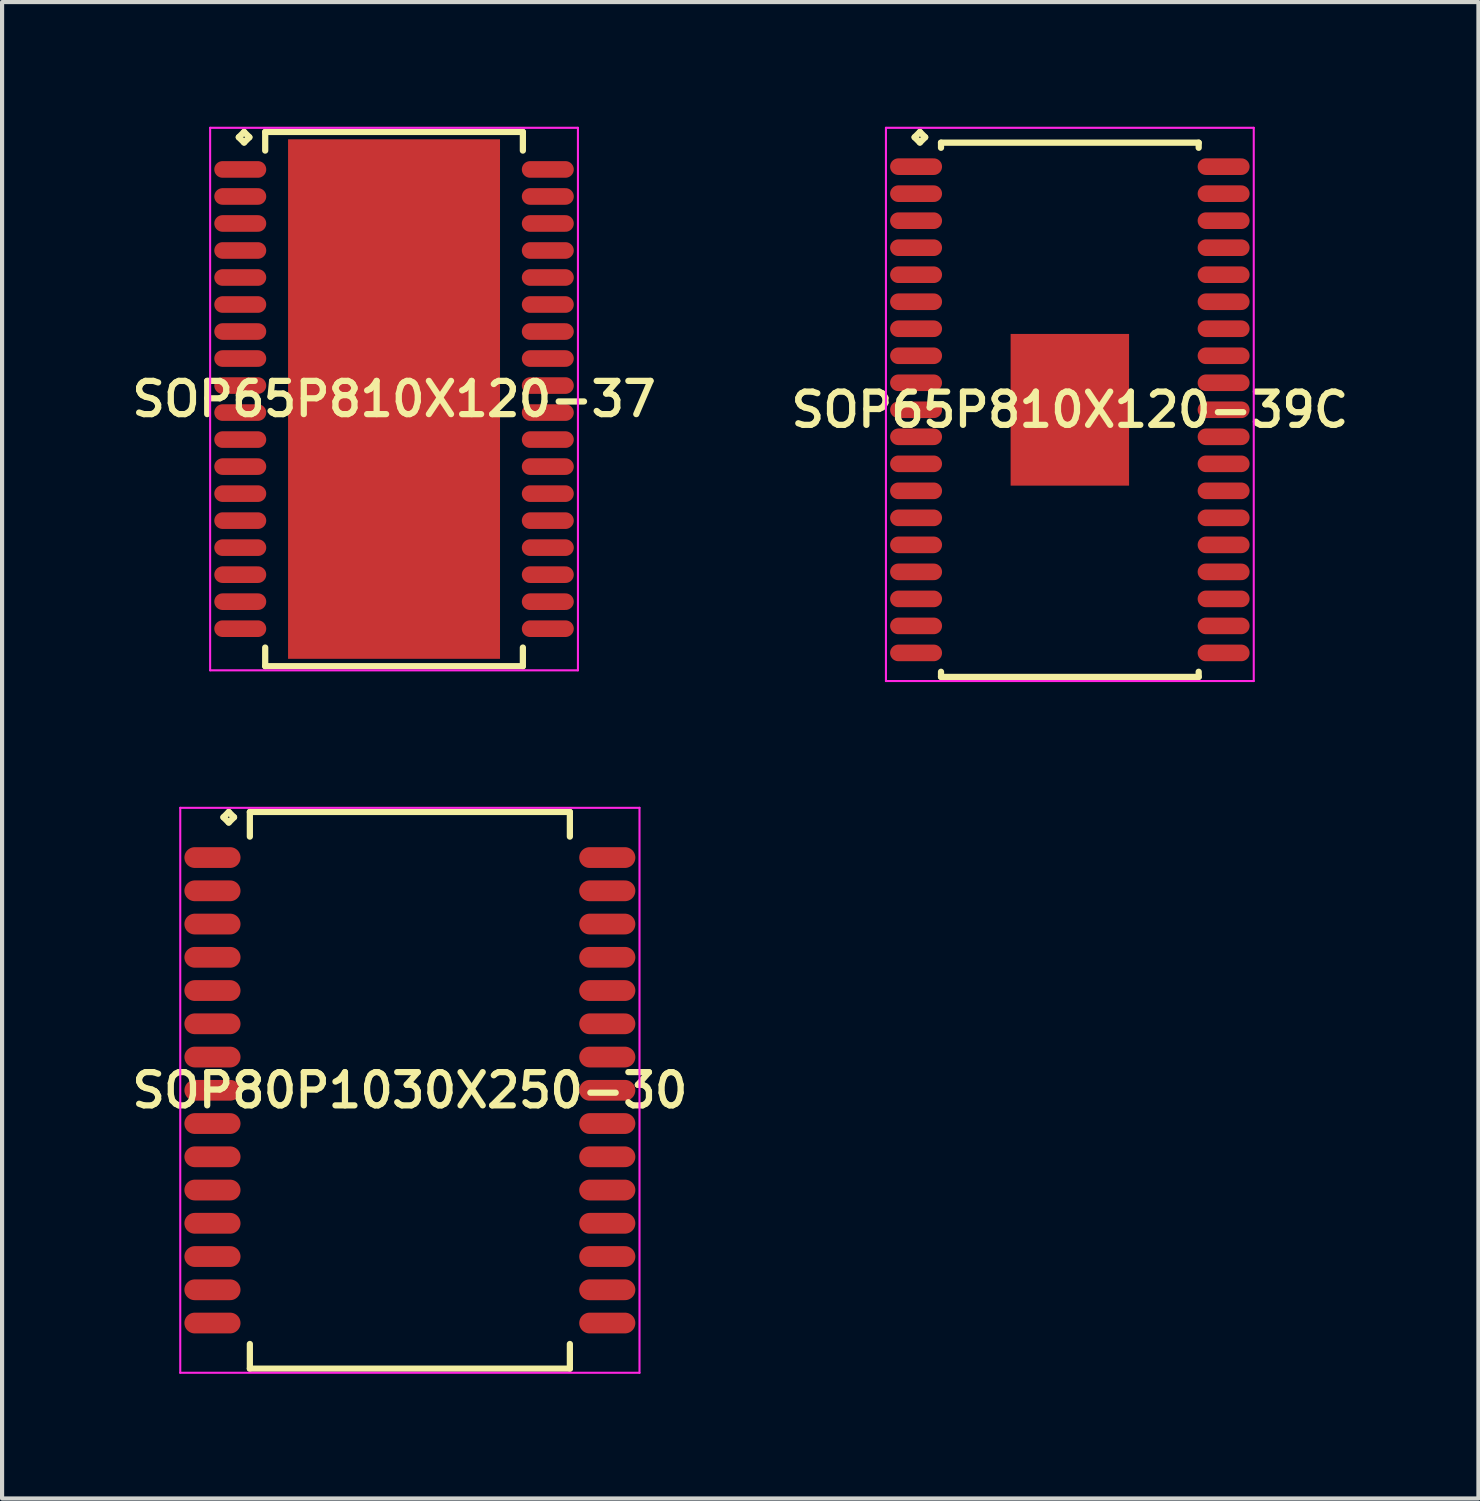
<source format=kicad_pcb>
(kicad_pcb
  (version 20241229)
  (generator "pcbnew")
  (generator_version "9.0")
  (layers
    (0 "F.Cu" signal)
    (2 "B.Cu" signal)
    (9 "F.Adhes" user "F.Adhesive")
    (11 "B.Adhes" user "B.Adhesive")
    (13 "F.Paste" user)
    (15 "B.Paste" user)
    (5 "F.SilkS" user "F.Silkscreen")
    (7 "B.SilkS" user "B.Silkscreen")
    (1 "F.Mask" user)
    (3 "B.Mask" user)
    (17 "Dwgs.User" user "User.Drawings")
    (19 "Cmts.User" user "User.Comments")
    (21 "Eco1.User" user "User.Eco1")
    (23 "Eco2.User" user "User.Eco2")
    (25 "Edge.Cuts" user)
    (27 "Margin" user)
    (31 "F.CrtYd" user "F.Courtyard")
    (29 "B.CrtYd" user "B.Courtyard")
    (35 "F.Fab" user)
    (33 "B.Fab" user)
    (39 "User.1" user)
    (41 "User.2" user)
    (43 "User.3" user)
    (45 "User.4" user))
  (footprint "SOP65P810X120-37"
    (layer "F.Cu")
    (at 6.431 6.552)
    (property "Reference" "SOP65P810X120-37" (at 0 0 0) (layer "F.SilkS") (effects (font (size 0.8 0.8) (thickness 0.15))))
    (attr smd)
    (fp_line (start -3.735 -6.3) (end -3.608 -6.427) (stroke (width 0.15) (type solid)) (layer "F.SilkS"))
    (fp_line (start -3.608 -6.427) (end -3.481 -6.3) (stroke (width 0.15) (type solid)) (layer "F.SilkS"))
    (fp_line (start -3.608 -6.173) (end -3.735 -6.3) (stroke (width 0.15) (type solid)) (layer "F.SilkS"))
    (fp_line (start -3.481 -6.3) (end -3.608 -6.173) (stroke (width 0.15) (type solid)) (layer "F.SilkS"))
    (fp_line (start -3.1 -6.427) (end 3.1 -6.427) (stroke (width 0.15) (type solid)) (layer "F.SilkS"))
    (fp_line (start -3.1 -5.979) (end -3.1 -6.427) (stroke (width 0.15) (type solid)) (layer "F.SilkS"))
    (fp_line (start -3.1 5.979) (end -3.1 6.427) (stroke (width 0.15) (type solid)) (layer "F.SilkS"))
    (fp_line (start -3.1 6.427) (end 3.1 6.427) (stroke (width 0.15) (type solid)) (layer "F.SilkS"))
    (fp_line (start 3.1 -6.427) (end 3.1 -5.979) (stroke (width 0.15) (type solid)) (layer "F.SilkS"))
    (fp_line (start 3.1 6.427) (end 3.1 5.979) (stroke (width 0.15) (type solid)) (layer "F.SilkS"))
    (fp_line (start -4.425 -6.527) (end 4.425 -6.527) (stroke (width 0.05) (type solid)) (layer "F.CrtYd"))
    (fp_line (start -4.425 6.527) (end -4.425 -6.527) (stroke (width 0.05) (type solid)) (layer "F.CrtYd"))
    (fp_line (start 4.425 -6.527) (end 4.425 6.527) (stroke (width 0.05) (type solid)) (layer "F.CrtYd"))
    (fp_line (start 4.425 6.527) (end -4.425 6.527) (stroke (width 0.05) (type solid)) (layer "F.CrtYd"))
    (pad "1" smd oval (at -3.7 -5.525) (size 1.25 0.4) (layers "F.Cu" "F.Mask" "F.Paste"))
    (pad "2" smd oval (at -3.7 -4.875) (size 1.25 0.4) (layers "F.Cu" "F.Mask" "F.Paste"))
    (pad "3" smd oval (at -3.7 -4.225) (size 1.25 0.4) (layers "F.Cu" "F.Mask" "F.Paste"))
    (pad "4" smd oval (at -3.7 -3.575) (size 1.25 0.4) (layers "F.Cu" "F.Mask" "F.Paste"))
    (pad "5" smd oval (at -3.7 -2.925) (size 1.25 0.4) (layers "F.Cu" "F.Mask" "F.Paste"))
    (pad "6" smd oval (at -3.7 -2.275) (size 1.25 0.4) (layers "F.Cu" "F.Mask" "F.Paste"))
    (pad "7" smd oval (at -3.7 -1.625) (size 1.25 0.4) (layers "F.Cu" "F.Mask" "F.Paste"))
    (pad "8" smd oval (at -3.7 -0.975) (size 1.25 0.4) (layers "F.Cu" "F.Mask" "F.Paste"))
    (pad "9" smd oval (at -3.7 -0.325) (size 1.25 0.4) (layers "F.Cu" "F.Mask" "F.Paste"))
    (pad "10" smd oval (at -3.7 0.325) (size 1.25 0.4) (layers "F.Cu" "F.Mask" "F.Paste"))
    (pad "11" smd oval (at -3.7 0.975) (size 1.25 0.4) (layers "F.Cu" "F.Mask" "F.Paste"))
    (pad "12" smd oval (at -3.7 1.625) (size 1.25 0.4) (layers "F.Cu" "F.Mask" "F.Paste"))
    (pad "13" smd oval (at -3.7 2.275) (size 1.25 0.4) (layers "F.Cu" "F.Mask" "F.Paste"))
    (pad "14" smd oval (at -3.7 2.925) (size 1.25 0.4) (layers "F.Cu" "F.Mask" "F.Paste"))
    (pad "15" smd oval (at -3.7 3.575) (size 1.25 0.4) (layers "F.Cu" "F.Mask" "F.Paste"))
    (pad "16" smd oval (at -3.7 4.225) (size 1.25 0.4) (layers "F.Cu" "F.Mask" "F.Paste"))
    (pad "17" smd oval (at -3.7 4.875) (size 1.25 0.4) (layers "F.Cu" "F.Mask" "F.Paste"))
    (pad "18" smd oval (at -3.7 5.525) (size 1.25 0.4) (layers "F.Cu" "F.Mask" "F.Paste"))
    (pad "19" smd oval (at 3.7 5.525) (size 1.25 0.4) (layers "F.Cu" "F.Mask" "F.Paste"))
    (pad "20" smd oval (at 3.7 4.875) (size 1.25 0.4) (layers "F.Cu" "F.Mask" "F.Paste"))
    (pad "21" smd oval (at 3.7 4.225) (size 1.25 0.4) (layers "F.Cu" "F.Mask" "F.Paste"))
    (pad "22" smd oval (at 3.7 3.575) (size 1.25 0.4) (layers "F.Cu" "F.Mask" "F.Paste"))
    (pad "23" smd oval (at 3.7 2.925) (size 1.25 0.4) (layers "F.Cu" "F.Mask" "F.Paste"))
    (pad "24" smd oval (at 3.7 2.275) (size 1.25 0.4) (layers "F.Cu" "F.Mask" "F.Paste"))
    (pad "25" smd oval (at 3.7 1.625) (size 1.25 0.4) (layers "F.Cu" "F.Mask" "F.Paste"))
    (pad "26" smd oval (at 3.7 0.975) (size 1.25 0.4) (layers "F.Cu" "F.Mask" "F.Paste"))
    (pad "27" smd oval (at 3.7 0.325) (size 1.25 0.4) (layers "F.Cu" "F.Mask" "F.Paste"))
    (pad "28" smd oval (at 3.7 -0.325) (size 1.25 0.4) (layers "F.Cu" "F.Mask" "F.Paste"))
    (pad "29" smd oval (at 3.7 -0.975) (size 1.25 0.4) (layers "F.Cu" "F.Mask" "F.Paste"))
    (pad "30" smd oval (at 3.7 -1.625) (size 1.25 0.4) (layers "F.Cu" "F.Mask" "F.Paste"))
    (pad "31" smd oval (at 3.7 -2.275) (size 1.25 0.4) (layers "F.Cu" "F.Mask" "F.Paste"))
    (pad "32" smd oval (at 3.7 -2.925) (size 1.25 0.4) (layers "F.Cu" "F.Mask" "F.Paste"))
    (pad "33" smd oval (at 3.7 -3.575) (size 1.25 0.4) (layers "F.Cu" "F.Mask" "F.Paste"))
    (pad "34" smd oval (at 3.7 -4.225) (size 1.25 0.4) (layers "F.Cu" "F.Mask" "F.Paste"))
    (pad "35" smd oval (at 3.7 -4.875) (size 1.25 0.4) (layers "F.Cu" "F.Mask" "F.Paste"))
    (pad "36" smd oval (at 3.7 -5.525) (size 1.25 0.4) (layers "F.Cu" "F.Mask" "F.Paste"))
    (pad "37" smd rect (at 0 0) (size 5.1 12.5) (layers "F.Cu" "F.Mask" "F.Paste")))
  (footprint "SOP80P1030X250-30"
    (layer "F.Cu")
    (at 6.812 23.184)
    (property "Reference" "SOP80P1030X250-30" (at 0 0 0) (layer "F.SilkS") (effects (font (size 0.8 0.8) (thickness 0.15))))
    (attr smd)
    (fp_line (start -4.485 -6.57) (end -4.358 -6.697) (stroke (width 0.15) (type solid)) (layer "F.SilkS"))
    (fp_line (start -4.358 -6.697) (end -4.231 -6.57) (stroke (width 0.15) (type solid)) (layer "F.SilkS"))
    (fp_line (start -4.358 -6.443) (end -4.485 -6.57) (stroke (width 0.15) (type solid)) (layer "F.SilkS"))
    (fp_line (start -4.231 -6.57) (end -4.358 -6.443) (stroke (width 0.15) (type solid)) (layer "F.SilkS"))
    (fp_line (start -3.85 -6.697) (end 3.85 -6.697) (stroke (width 0.15) (type solid)) (layer "F.SilkS"))
    (fp_line (start -3.85 -6.104) (end -3.85 -6.697) (stroke (width 0.15) (type solid)) (layer "F.SilkS"))
    (fp_line (start -3.85 6.104) (end -3.85 6.697) (stroke (width 0.15) (type solid)) (layer "F.SilkS"))
    (fp_line (start -3.85 6.697) (end 3.85 6.697) (stroke (width 0.15) (type solid)) (layer "F.SilkS"))
    (fp_line (start 3.85 -6.697) (end 3.85 -6.104) (stroke (width 0.15) (type solid)) (layer "F.SilkS"))
    (fp_line (start 3.85 6.697) (end 3.85 6.104) (stroke (width 0.15) (type solid)) (layer "F.SilkS"))
    (fp_line (start -5.525 -6.797) (end 5.525 -6.797) (stroke (width 0.05) (type solid)) (layer "F.CrtYd"))
    (fp_line (start -5.525 6.797) (end -5.525 -6.797) (stroke (width 0.05) (type solid)) (layer "F.CrtYd"))
    (fp_line (start 5.525 -6.797) (end 5.525 6.797) (stroke (width 0.05) (type solid)) (layer "F.CrtYd"))
    (fp_line (start 5.525 6.797) (end -5.525 6.797) (stroke (width 0.05) (type solid)) (layer "F.CrtYd"))
    (pad "1" smd oval (at -4.75 -5.6) (size 1.35 0.5) (layers "F.Cu" "F.Mask" "F.Paste"))
    (pad "2" smd oval (at -4.75 -4.8) (size 1.35 0.5) (layers "F.Cu" "F.Mask" "F.Paste"))
    (pad "3" smd oval (at -4.75 -4) (size 1.35 0.5) (layers "F.Cu" "F.Mask" "F.Paste"))
    (pad "4" smd oval (at -4.75 -3.2) (size 1.35 0.5) (layers "F.Cu" "F.Mask" "F.Paste"))
    (pad "5" smd oval (at -4.75 -2.4) (size 1.35 0.5) (layers "F.Cu" "F.Mask" "F.Paste"))
    (pad "6" smd oval (at -4.75 -1.6) (size 1.35 0.5) (layers "F.Cu" "F.Mask" "F.Paste"))
    (pad "7" smd oval (at -4.75 -0.8) (size 1.35 0.5) (layers "F.Cu" "F.Mask" "F.Paste"))
    (pad "8" smd oval (at -4.75 0) (size 1.35 0.5) (layers "F.Cu" "F.Mask" "F.Paste"))
    (pad "9" smd oval (at -4.75 0.8) (size 1.35 0.5) (layers "F.Cu" "F.Mask" "F.Paste"))
    (pad "10" smd oval (at -4.75 1.6) (size 1.35 0.5) (layers "F.Cu" "F.Mask" "F.Paste"))
    (pad "11" smd oval (at -4.75 2.4) (size 1.35 0.5) (layers "F.Cu" "F.Mask" "F.Paste"))
    (pad "12" smd oval (at -4.75 3.2) (size 1.35 0.5) (layers "F.Cu" "F.Mask" "F.Paste"))
    (pad "13" smd oval (at -4.75 4) (size 1.35 0.5) (layers "F.Cu" "F.Mask" "F.Paste"))
    (pad "14" smd oval (at -4.75 4.8) (size 1.35 0.5) (layers "F.Cu" "F.Mask" "F.Paste"))
    (pad "15" smd oval (at -4.75 5.6) (size 1.35 0.5) (layers "F.Cu" "F.Mask" "F.Paste"))
    (pad "16" smd oval (at 4.75 5.6) (size 1.35 0.5) (layers "F.Cu" "F.Mask" "F.Paste"))
    (pad "17" smd oval (at 4.75 4.8) (size 1.35 0.5) (layers "F.Cu" "F.Mask" "F.Paste"))
    (pad "18" smd oval (at 4.75 4) (size 1.35 0.5) (layers "F.Cu" "F.Mask" "F.Paste"))
    (pad "19" smd oval (at 4.75 3.2) (size 1.35 0.5) (layers "F.Cu" "F.Mask" "F.Paste"))
    (pad "20" smd oval (at 4.75 2.4) (size 1.35 0.5) (layers "F.Cu" "F.Mask" "F.Paste"))
    (pad "21" smd oval (at 4.75 1.6) (size 1.35 0.5) (layers "F.Cu" "F.Mask" "F.Paste"))
    (pad "22" smd oval (at 4.75 0.8) (size 1.35 0.5) (layers "F.Cu" "F.Mask" "F.Paste"))
    (pad "23" smd oval (at 4.75 0) (size 1.35 0.5) (layers "F.Cu" "F.Mask" "F.Paste"))
    (pad "24" smd oval (at 4.75 -0.8) (size 1.35 0.5) (layers "F.Cu" "F.Mask" "F.Paste"))
    (pad "25" smd oval (at 4.75 -1.6) (size 1.35 0.5) (layers "F.Cu" "F.Mask" "F.Paste"))
    (pad "26" smd oval (at 4.75 -2.4) (size 1.35 0.5) (layers "F.Cu" "F.Mask" "F.Paste"))
    (pad "27" smd oval (at 4.75 -3.2) (size 1.35 0.5) (layers "F.Cu" "F.Mask" "F.Paste"))
    (pad "28" smd oval (at 4.75 -4) (size 1.35 0.5) (layers "F.Cu" "F.Mask" "F.Paste"))
    (pad "29" smd oval (at 4.75 -4.8) (size 1.35 0.5) (layers "F.Cu" "F.Mask" "F.Paste"))
    (pad "30" smd oval (at 4.75 -5.6) (size 1.35 0.5) (layers "F.Cu" "F.Mask" "F.Paste")))
  (footprint "SOP65P810X120-39C"
    (layer "F.Cu")
    (at 22.692 6.81)
    (property "Reference" "SOP65P810X120-39C" (at 0 0 0) (layer "F.SilkS") (effects (font (size 0.8 0.8) (thickness 0.15))))
    (attr smd)
    (fp_line (start -3.735 -6.558) (end -3.608 -6.685) (stroke (width 0.15) (type solid)) (layer "F.SilkS"))
    (fp_line (start -3.608 -6.685) (end -3.481 -6.558) (stroke (width 0.15) (type solid)) (layer "F.SilkS"))
    (fp_line (start -3.608 -6.431) (end -3.735 -6.558) (stroke (width 0.15) (type solid)) (layer "F.SilkS"))
    (fp_line (start -3.481 -6.558) (end -3.608 -6.431) (stroke (width 0.15) (type solid)) (layer "F.SilkS"))
    (fp_line (start -3.1 -6.427) (end 3.1 -6.427) (stroke (width 0.15) (type solid)) (layer "F.SilkS"))
    (fp_line (start -3.1 -6.304) (end -3.1 -6.427) (stroke (width 0.15) (type solid)) (layer "F.SilkS"))
    (fp_line (start -3.1 6.304) (end -3.1 6.427) (stroke (width 0.15) (type solid)) (layer "F.SilkS"))
    (fp_line (start -3.1 6.427) (end 3.1 6.427) (stroke (width 0.15) (type solid)) (layer "F.SilkS"))
    (fp_line (start 3.1 -6.427) (end 3.1 -6.304) (stroke (width 0.15) (type solid)) (layer "F.SilkS"))
    (fp_line (start 3.1 6.427) (end 3.1 6.304) (stroke (width 0.15) (type solid)) (layer "F.SilkS"))
    (fp_line (start -4.425 -6.785) (end 4.425 -6.785) (stroke (width 0.05) (type solid)) (layer "F.CrtYd"))
    (fp_line (start -4.425 6.527) (end -4.425 -6.785) (stroke (width 0.05) (type solid)) (layer "F.CrtYd"))
    (fp_line (start 4.425 -6.785) (end 4.425 6.527) (stroke (width 0.05) (type solid)) (layer "F.CrtYd"))
    (fp_line (start 4.425 6.527) (end -4.425 6.527) (stroke (width 0.05) (type solid)) (layer "F.CrtYd"))
    (pad "1" smd oval (at -3.7 -5.85) (size 1.25 0.4) (layers "F.Cu" "F.Mask" "F.Paste"))
    (pad "2" smd oval (at -3.7 -5.2) (size 1.25 0.4) (layers "F.Cu" "F.Mask" "F.Paste"))
    (pad "3" smd oval (at -3.7 -4.55) (size 1.25 0.4) (layers "F.Cu" "F.Mask" "F.Paste"))
    (pad "4" smd oval (at -3.7 -3.9) (size 1.25 0.4) (layers "F.Cu" "F.Mask" "F.Paste"))
    (pad "5" smd oval (at -3.7 -3.25) (size 1.25 0.4) (layers "F.Cu" "F.Mask" "F.Paste"))
    (pad "6" smd oval (at -3.7 -2.6) (size 1.25 0.4) (layers "F.Cu" "F.Mask" "F.Paste"))
    (pad "7" smd oval (at -3.7 -1.95) (size 1.25 0.4) (layers "F.Cu" "F.Mask" "F.Paste"))
    (pad "8" smd oval (at -3.7 -1.3) (size 1.25 0.4) (layers "F.Cu" "F.Mask" "F.Paste"))
    (pad "9" smd oval (at -3.7 -0.65) (size 1.25 0.4) (layers "F.Cu" "F.Mask" "F.Paste"))
    (pad "10" smd oval (at -3.7 0) (size 1.25 0.4) (layers "F.Cu" "F.Mask" "F.Paste"))
    (pad "11" smd oval (at -3.7 0.65) (size 1.25 0.4) (layers "F.Cu" "F.Mask" "F.Paste"))
    (pad "12" smd oval (at -3.7 1.3) (size 1.25 0.4) (layers "F.Cu" "F.Mask" "F.Paste"))
    (pad "13" smd oval (at -3.7 1.95) (size 1.25 0.4) (layers "F.Cu" "F.Mask" "F.Paste"))
    (pad "14" smd oval (at -3.7 2.6) (size 1.25 0.4) (layers "F.Cu" "F.Mask" "F.Paste"))
    (pad "15" smd oval (at -3.7 3.25) (size 1.25 0.4) (layers "F.Cu" "F.Mask" "F.Paste"))
    (pad "16" smd oval (at -3.7 3.9) (size 1.25 0.4) (layers "F.Cu" "F.Mask" "F.Paste"))
    (pad "17" smd oval (at -3.7 4.55) (size 1.25 0.4) (layers "F.Cu" "F.Mask" "F.Paste"))
    (pad "18" smd oval (at -3.7 5.2) (size 1.25 0.4) (layers "F.Cu" "F.Mask" "F.Paste"))
    (pad "19" smd oval (at -3.7 5.85) (size 1.25 0.4) (layers "F.Cu" "F.Mask" "F.Paste"))
    (pad "20" smd oval (at 3.7 5.85) (size 1.25 0.4) (layers "F.Cu" "F.Mask" "F.Paste"))
    (pad "21" smd oval (at 3.7 5.2) (size 1.25 0.4) (layers "F.Cu" "F.Mask" "F.Paste"))
    (pad "22" smd oval (at 3.7 4.55) (size 1.25 0.4) (layers "F.Cu" "F.Mask" "F.Paste"))
    (pad "23" smd oval (at 3.7 3.9) (size 1.25 0.4) (layers "F.Cu" "F.Mask" "F.Paste"))
    (pad "24" smd oval (at 3.7 3.25) (size 1.25 0.4) (layers "F.Cu" "F.Mask" "F.Paste"))
    (pad "25" smd oval (at 3.7 2.6) (size 1.25 0.4) (layers "F.Cu" "F.Mask" "F.Paste"))
    (pad "26" smd oval (at 3.7 1.95) (size 1.25 0.4) (layers "F.Cu" "F.Mask" "F.Paste"))
    (pad "27" smd oval (at 3.7 1.3) (size 1.25 0.4) (layers "F.Cu" "F.Mask" "F.Paste"))
    (pad "28" smd oval (at 3.7 0.65) (size 1.25 0.4) (layers "F.Cu" "F.Mask" "F.Paste"))
    (pad "29" smd oval (at 3.7 0) (size 1.25 0.4) (layers "F.Cu" "F.Mask" "F.Paste"))
    (pad "30" smd oval (at 3.7 -0.65) (size 1.25 0.4) (layers "F.Cu" "F.Mask" "F.Paste"))
    (pad "31" smd oval (at 3.7 -1.3) (size 1.25 0.4) (layers "F.Cu" "F.Mask" "F.Paste"))
    (pad "32" smd oval (at 3.7 -1.95) (size 1.25 0.4) (layers "F.Cu" "F.Mask" "F.Paste"))
    (pad "33" smd oval (at 3.7 -2.6) (size 1.25 0.4) (layers "F.Cu" "F.Mask" "F.Paste"))
    (pad "34" smd oval (at 3.7 -3.25) (size 1.25 0.4) (layers "F.Cu" "F.Mask" "F.Paste"))
    (pad "35" smd oval (at 3.7 -3.9) (size 1.25 0.4) (layers "F.Cu" "F.Mask" "F.Paste"))
    (pad "36" smd oval (at 3.7 -4.55) (size 1.25 0.4) (layers "F.Cu" "F.Mask" "F.Paste"))
    (pad "37" smd oval (at 3.7 -5.2) (size 1.25 0.4) (layers "F.Cu" "F.Mask" "F.Paste"))
    (pad "38" smd oval (at 3.7 -5.85) (size 1.25 0.4) (layers "F.Cu" "F.Mask" "F.Paste"))
    (pad "39" smd rect (at 0 0) (size 2.85 3.65) (layers "F.Cu" "F.Mask" "F.Paste")))
  (gr_rect
    (start -3 -3)
    (end 32.523 33.006)
    (stroke (width 0.1) (type default))
    (fill no)
    (layer "Edge.Cuts")))
</source>
